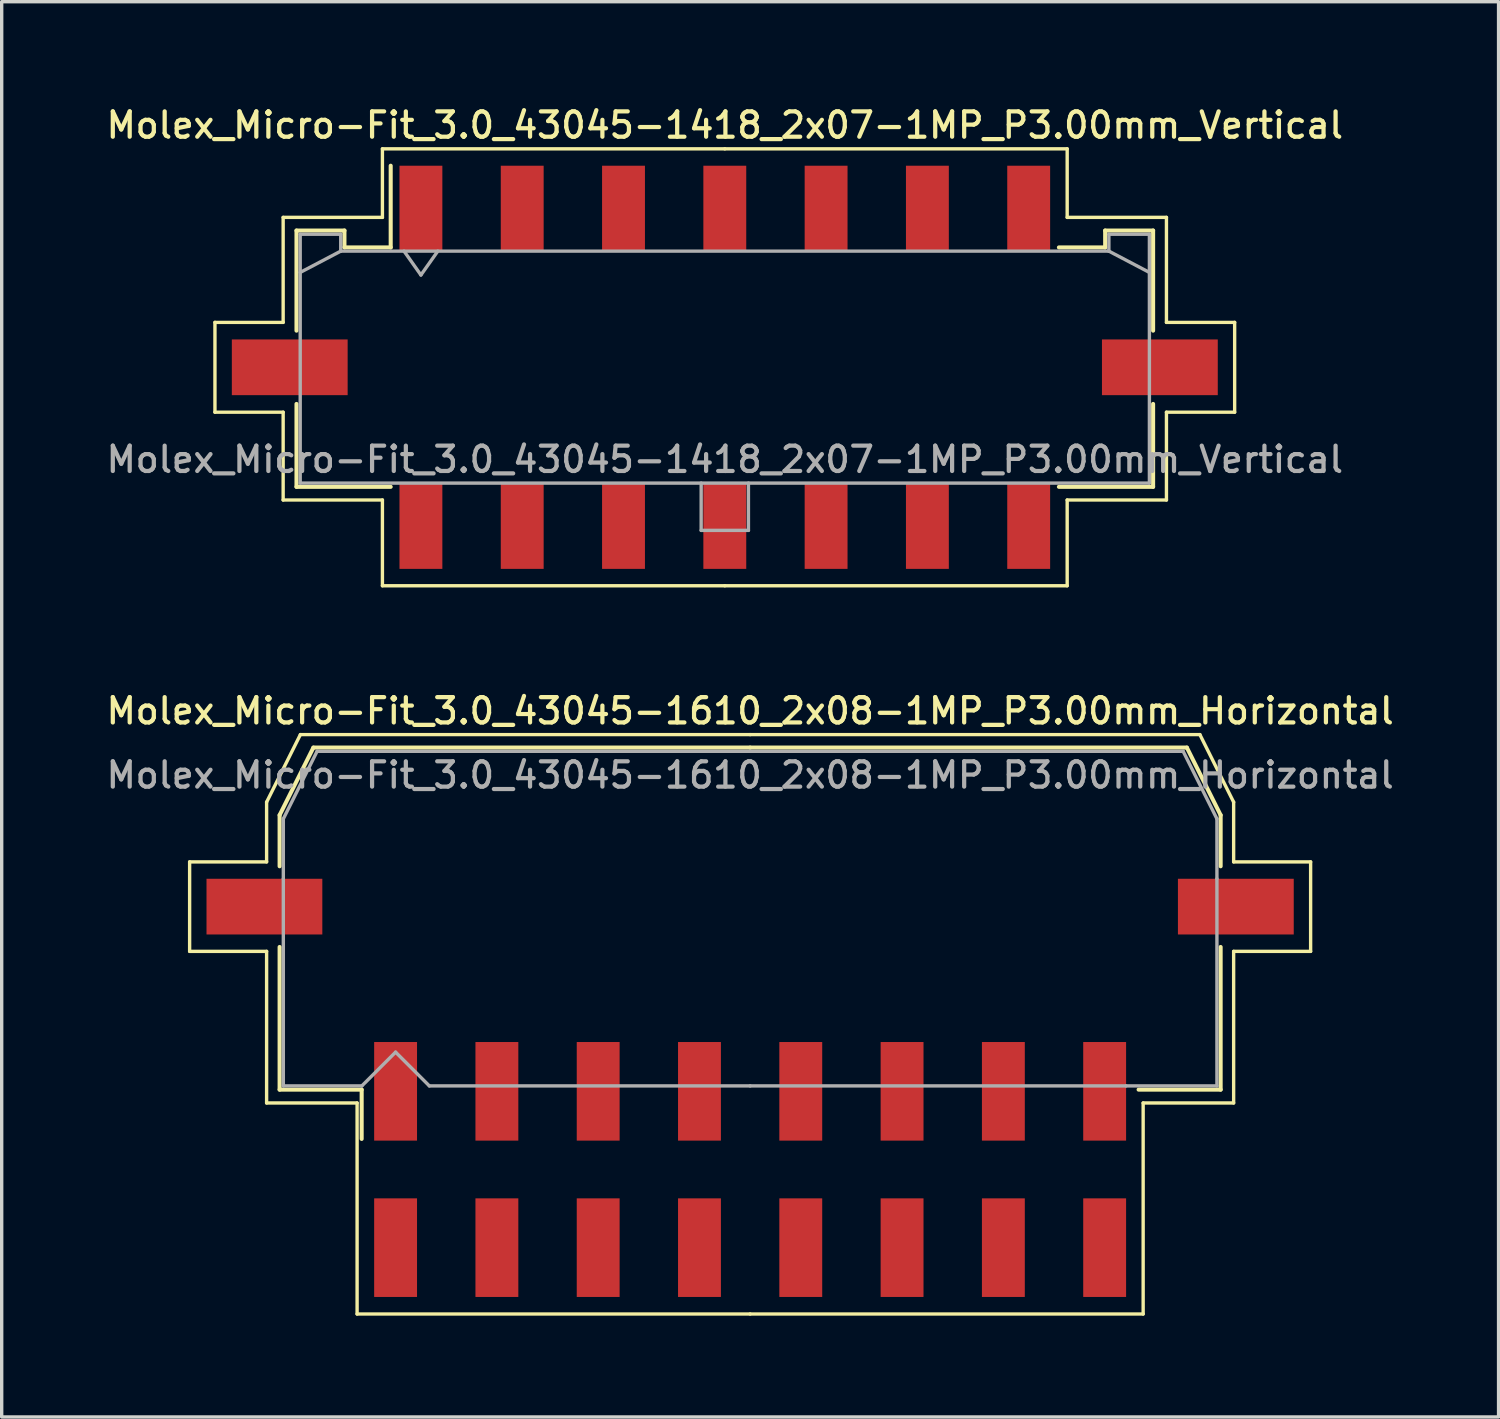
<source format=kicad_pcb>
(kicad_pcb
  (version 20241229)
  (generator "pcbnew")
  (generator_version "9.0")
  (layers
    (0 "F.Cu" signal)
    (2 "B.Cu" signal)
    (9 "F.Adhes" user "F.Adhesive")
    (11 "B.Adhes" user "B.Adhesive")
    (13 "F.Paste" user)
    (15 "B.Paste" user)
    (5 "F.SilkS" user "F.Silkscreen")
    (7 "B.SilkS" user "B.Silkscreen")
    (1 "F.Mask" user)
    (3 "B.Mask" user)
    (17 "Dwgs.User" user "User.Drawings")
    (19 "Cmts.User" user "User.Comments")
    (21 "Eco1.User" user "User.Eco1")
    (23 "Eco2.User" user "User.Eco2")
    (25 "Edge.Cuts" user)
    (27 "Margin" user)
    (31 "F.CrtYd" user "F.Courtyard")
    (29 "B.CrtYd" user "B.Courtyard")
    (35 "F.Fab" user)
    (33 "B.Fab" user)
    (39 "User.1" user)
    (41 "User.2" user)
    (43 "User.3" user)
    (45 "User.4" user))
  (footprint "Molex_Micro-Fit_3.0_43045-1418_2x07-1MP_P3.00mm_Vertical"
    (layer "F.Cu")
    (at 18.416 7.828)
    (property "Reference" "Molex_Micro-Fit_3.0_43045-1418_2x07-1MP_P3.00mm_Vertical" (at 0 -7.17 0) (layer "F.SilkS") (effects (font (size 0.75 0.75) (thickness 0.125))))
    (attr smd)
    (fp_line (start -15.1 -1.33) (end -15.1 1.33) (stroke (width 0.1) (type solid)) (layer "F.SilkS"))
    (fp_line (start -15.1 1.33) (end -13.08 1.33) (stroke (width 0.1) (type solid)) (layer "F.SilkS"))
    (fp_line (start -13.08 -4.44) (end -13.08 -1.33) (stroke (width 0.1) (type solid)) (layer "F.SilkS"))
    (fp_line (start -13.08 -1.33) (end -15.1 -1.33) (stroke (width 0.1) (type solid)) (layer "F.SilkS"))
    (fp_line (start -13.08 1.33) (end -13.08 3.93) (stroke (width 0.1) (type solid)) (layer "F.SilkS"))
    (fp_line (start -13.08 3.93) (end -10.14 3.93) (stroke (width 0.1) (type solid)) (layer "F.SilkS"))
    (fp_line (start -12.685 -4.05) (end -11.265 -4.05) (stroke (width 0.12) (type solid)) (layer "F.SilkS"))
    (fp_line (start -12.685 -1.085) (end -12.685 -4.05) (stroke (width 0.12) (type solid)) (layer "F.SilkS"))
    (fp_line (start -12.685 1.085) (end -12.685 3.54) (stroke (width 0.12) (type solid)) (layer "F.SilkS"))
    (fp_line (start -12.685 3.54) (end -9.895 3.54) (stroke (width 0.12) (type solid)) (layer "F.SilkS"))
    (fp_line (start -11.265 -4.05) (end -11.265 -3.55) (stroke (width 0.12) (type solid)) (layer "F.SilkS"))
    (fp_line (start -11.265 -3.55) (end -9.895 -3.55) (stroke (width 0.12) (type solid)) (layer "F.SilkS"))
    (fp_line (start -10.14 -6.47) (end -10.14 -4.44) (stroke (width 0.1) (type solid)) (layer "F.SilkS"))
    (fp_line (start -10.14 -4.44) (end -13.08 -4.44) (stroke (width 0.1) (type solid)) (layer "F.SilkS"))
    (fp_line (start -10.14 3.93) (end -10.14 6.47) (stroke (width 0.1) (type solid)) (layer "F.SilkS"))
    (fp_line (start -10.14 6.47) (end 0 6.47) (stroke (width 0.1) (type solid)) (layer "F.SilkS"))
    (fp_line (start -9.895 -3.55) (end -9.895 -5.97) (stroke (width 0.12) (type solid)) (layer "F.SilkS"))
    (fp_line (start 0 -6.47) (end -10.14 -6.47) (stroke (width 0.1) (type solid)) (layer "F.SilkS"))
    (fp_line (start 0 -6.47) (end 10.14 -6.47) (stroke (width 0.1) (type solid)) (layer "F.SilkS"))
    (fp_line (start 10.14 -6.47) (end 10.14 -4.44) (stroke (width 0.1) (type solid)) (layer "F.SilkS"))
    (fp_line (start 10.14 -4.44) (end 13.08 -4.44) (stroke (width 0.1) (type solid)) (layer "F.SilkS"))
    (fp_line (start 10.14 3.93) (end 10.14 6.47) (stroke (width 0.1) (type solid)) (layer "F.SilkS"))
    (fp_line (start 10.14 6.47) (end 0 6.47) (stroke (width 0.1) (type solid)) (layer "F.SilkS"))
    (fp_line (start 11.265 -4.05) (end 11.265 -3.55) (stroke (width 0.12) (type solid)) (layer "F.SilkS"))
    (fp_line (start 11.265 -3.55) (end 9.895 -3.55) (stroke (width 0.12) (type solid)) (layer "F.SilkS"))
    (fp_line (start 12.685 -4.05) (end 11.265 -4.05) (stroke (width 0.12) (type solid)) (layer "F.SilkS"))
    (fp_line (start 12.685 -1.085) (end 12.685 -4.05) (stroke (width 0.12) (type solid)) (layer "F.SilkS"))
    (fp_line (start 12.685 1.085) (end 12.685 3.54) (stroke (width 0.12) (type solid)) (layer "F.SilkS"))
    (fp_line (start 12.685 3.54) (end 9.895 3.54) (stroke (width 0.12) (type solid)) (layer "F.SilkS"))
    (fp_line (start 13.08 -4.44) (end 13.08 -1.33) (stroke (width 0.1) (type solid)) (layer "F.SilkS"))
    (fp_line (start 13.08 -1.33) (end 15.1 -1.33) (stroke (width 0.1) (type solid)) (layer "F.SilkS"))
    (fp_line (start 13.08 1.33) (end 13.08 3.93) (stroke (width 0.1) (type solid)) (layer "F.SilkS"))
    (fp_line (start 13.08 3.93) (end 10.14 3.93) (stroke (width 0.1) (type solid)) (layer "F.SilkS"))
    (fp_line (start 15.1 -1.33) (end 15.1 1.33) (stroke (width 0.1) (type solid)) (layer "F.SilkS"))
    (fp_line (start 15.1 1.33) (end 13.08 1.33) (stroke (width 0.1) (type solid)) (layer "F.SilkS"))
    (fp_line (start -12.575 -3.94) (end -12.575 3.43) (stroke (width 0.1) (type solid)) (layer "F.Fab"))
    (fp_line (start -12.575 -2.81) (end -11.375 -3.44) (stroke (width 0.1) (type solid)) (layer "F.Fab"))
    (fp_line (start -12.575 3.43) (end 12.575 3.43) (stroke (width 0.1) (type solid)) (layer "F.Fab"))
    (fp_line (start -11.375 -3.94) (end -12.575 -3.94) (stroke (width 0.1) (type solid)) (layer "F.Fab"))
    (fp_line (start -11.375 -3.44) (end -11.375 -3.94) (stroke (width 0.1) (type solid)) (layer "F.Fab"))
    (fp_line (start -9.5 -3.44) (end -9 -2.733) (stroke (width 0.1) (type solid)) (layer "F.Fab"))
    (fp_line (start -9 -2.733) (end -8.5 -3.44) (stroke (width 0.1) (type solid)) (layer "F.Fab"))
    (fp_line (start -0.7 3.43) (end -0.7 4.83) (stroke (width 0.1) (type solid)) (layer "F.Fab"))
    (fp_line (start -0.7 4.83) (end 0.7 4.83) (stroke (width 0.1) (type solid)) (layer "F.Fab"))
    (fp_line (start 0.7 4.83) (end 0.7 3.43) (stroke (width 0.1) (type solid)) (layer "F.Fab"))
    (fp_line (start 11.375 -3.94) (end 11.375 -3.44) (stroke (width 0.1) (type solid)) (layer "F.Fab"))
    (fp_line (start 11.375 -3.44) (end -11.375 -3.44) (stroke (width 0.1) (type solid)) (layer "F.Fab"))
    (fp_line (start 12.575 -3.94) (end 11.375 -3.94) (stroke (width 0.1) (type solid)) (layer "F.Fab"))
    (fp_line (start 12.575 -2.81) (end 11.375 -3.44) (stroke (width 0.1) (type solid)) (layer "F.Fab"))
    (fp_line (start 12.575 3.43) (end 12.575 -3.94) (stroke (width 0.1) (type solid)) (layer "F.Fab"))
    (fp_text user "${REFERENCE}" (at 0 2.73 0) (layer "F.Fab") (effects (font (size 0.75 0.75) (thickness 0.125))))
    (pad "1" smd rect (at -9 -4.7) (size 1.27 2.54) (layers "F.Cu" "F.Mask" "F.Paste"))
    (pad "2" smd rect (at -6 -4.7) (size 1.27 2.54) (layers "F.Cu" "F.Mask" "F.Paste"))
    (pad "3" smd rect (at -3 -4.7) (size 1.27 2.54) (layers "F.Cu" "F.Mask" "F.Paste"))
    (pad "4" smd rect (at 0 -4.7) (size 1.27 2.54) (layers "F.Cu" "F.Mask" "F.Paste"))
    (pad "5" smd rect (at 3 -4.7) (size 1.27 2.54) (layers "F.Cu" "F.Mask" "F.Paste"))
    (pad "6" smd rect (at 6 -4.7) (size 1.27 2.54) (layers "F.Cu" "F.Mask" "F.Paste"))
    (pad "7" smd rect (at 9 -4.7) (size 1.27 2.54) (layers "F.Cu" "F.Mask" "F.Paste"))
    (pad "8" smd rect (at -9 4.7) (size 1.27 2.54) (layers "F.Cu" "F.Mask" "F.Paste"))
    (pad "9" smd rect (at -6 4.7) (size 1.27 2.54) (layers "F.Cu" "F.Mask" "F.Paste"))
    (pad "10" smd rect (at -3 4.7) (size 1.27 2.54) (layers "F.Cu" "F.Mask" "F.Paste"))
    (pad "11" smd rect (at 0 4.7) (size 1.27 2.54) (layers "F.Cu" "F.Mask" "F.Paste"))
    (pad "12" smd rect (at 3 4.7) (size 1.27 2.54) (layers "F.Cu" "F.Mask" "F.Paste"))
    (pad "13" smd rect (at 6 4.7) (size 1.27 2.54) (layers "F.Cu" "F.Mask" "F.Paste"))
    (pad "14" smd rect (at 9 4.7) (size 1.27 2.54) (layers "F.Cu" "F.Mask" "F.Paste"))
    (pad "MP" smd rect (at -12.885 0) (size 3.43 1.65) (layers "F.Cu" "F.Mask" "F.Paste"))
    (pad "MP" smd rect (at 12.885 0) (size 3.43 1.65) (layers "F.Cu" "F.Mask" "F.Paste")))
  (footprint "Molex_Micro-Fit_3.0_43045-1610_2x08-1MP_P3.00mm_Horizontal"
    (layer "F.Cu")
    (at 19.166 31.586)
    (property "Reference" "Molex_Micro-Fit_3.0_43045-1610_2x08-1MP_P3.00mm_Horizontal" (at 0 -13.58 0) (layer "F.SilkS") (effects (font (size 0.75 0.75) (thickness 0.125))))
    (attr smd)
    (fp_line (start -16.6 -9.11) (end -16.6 -6.46) (stroke (width 0.1) (type solid)) (layer "F.SilkS"))
    (fp_line (start -16.6 -6.46) (end -14.32 -6.46) (stroke (width 0.1) (type solid)) (layer "F.SilkS"))
    (fp_line (start -14.32 -10.88) (end -14.32 -9.11) (stroke (width 0.1) (type solid)) (layer "F.SilkS"))
    (fp_line (start -14.32 -9.11) (end -16.6 -9.11) (stroke (width 0.1) (type solid)) (layer "F.SilkS"))
    (fp_line (start -14.32 -6.46) (end -14.32 -1.97) (stroke (width 0.1) (type solid)) (layer "F.SilkS"))
    (fp_line (start -14.32 -1.97) (end -11.64 -1.97) (stroke (width 0.1) (type solid)) (layer "F.SilkS"))
    (fp_line (start -13.935 -10.495) (end -13.935 -8.98) (stroke (width 0.12) (type solid)) (layer "F.SilkS"))
    (fp_line (start -13.935 -6.59) (end -13.935 -2.365) (stroke (width 0.12) (type solid)) (layer "F.SilkS"))
    (fp_line (start -13.935 -2.365) (end -11.505 -2.365) (stroke (width 0.12) (type solid)) (layer "F.SilkS"))
    (fp_line (start -13.32 -12.88) (end -14.32 -10.88) (stroke (width 0.1) (type solid)) (layer "F.SilkS"))
    (fp_line (start -12.935 -12.495) (end -13.935 -10.495) (stroke (width 0.12) (type solid)) (layer "F.SilkS"))
    (fp_line (start -11.64 -1.97) (end -11.64 4.28) (stroke (width 0.1) (type solid)) (layer "F.SilkS"))
    (fp_line (start -11.64 4.28) (end 0 4.28) (stroke (width 0.1) (type solid)) (layer "F.SilkS"))
    (fp_line (start -11.505 -2.365) (end -11.505 -0.905) (stroke (width 0.12) (type solid)) (layer "F.SilkS"))
    (fp_line (start 0 -12.88) (end -13.32 -12.88) (stroke (width 0.1) (type solid)) (layer "F.SilkS"))
    (fp_line (start 0 -12.88) (end 13.32 -12.88) (stroke (width 0.1) (type solid)) (layer "F.SilkS"))
    (fp_line (start 0 -12.495) (end -12.935 -12.495) (stroke (width 0.12) (type solid)) (layer "F.SilkS"))
    (fp_line (start 0 -12.495) (end 12.935 -12.495) (stroke (width 0.12) (type solid)) (layer "F.SilkS"))
    (fp_line (start 11.64 -1.97) (end 11.64 4.28) (stroke (width 0.1) (type solid)) (layer "F.SilkS"))
    (fp_line (start 11.64 4.28) (end 0 4.28) (stroke (width 0.1) (type solid)) (layer "F.SilkS"))
    (fp_line (start 12.935 -12.495) (end 13.935 -10.495) (stroke (width 0.12) (type solid)) (layer "F.SilkS"))
    (fp_line (start 13.32 -12.88) (end 14.32 -10.88) (stroke (width 0.1) (type solid)) (layer "F.SilkS"))
    (fp_line (start 13.935 -10.495) (end 13.935 -8.98) (stroke (width 0.12) (type solid)) (layer "F.SilkS"))
    (fp_line (start 13.935 -6.59) (end 13.935 -2.365) (stroke (width 0.12) (type solid)) (layer "F.SilkS"))
    (fp_line (start 13.935 -2.365) (end 11.505 -2.365) (stroke (width 0.12) (type solid)) (layer "F.SilkS"))
    (fp_line (start 14.32 -10.88) (end 14.32 -9.11) (stroke (width 0.1) (type solid)) (layer "F.SilkS"))
    (fp_line (start 14.32 -9.11) (end 16.6 -9.11) (stroke (width 0.1) (type solid)) (layer "F.SilkS"))
    (fp_line (start 14.32 -6.46) (end 14.32 -1.97) (stroke (width 0.1) (type solid)) (layer "F.SilkS"))
    (fp_line (start 14.32 -1.97) (end 11.64 -1.97) (stroke (width 0.1) (type solid)) (layer "F.SilkS"))
    (fp_line (start 16.6 -9.11) (end 16.6 -6.46) (stroke (width 0.1) (type solid)) (layer "F.SilkS"))
    (fp_line (start 16.6 -6.46) (end 14.32 -6.46) (stroke (width 0.1) (type solid)) (layer "F.SilkS"))
    (fp_line (start -13.825 -10.385) (end -13.825 -8.61) (stroke (width 0.1) (type solid)) (layer "F.Fab"))
    (fp_line (start -13.825 -8.61) (end -13.825 -2.475) (stroke (width 0.1) (type solid)) (layer "F.Fab"))
    (fp_line (start -13.825 -2.475) (end -11.5 -2.475) (stroke (width 0.1) (type solid)) (layer "F.Fab"))
    (fp_line (start -12.825 -12.385) (end -13.825 -10.385) (stroke (width 0.1) (type solid)) (layer "F.Fab"))
    (fp_line (start -11.5 -2.475) (end -10.5 -3.475) (stroke (width 0.1) (type solid)) (layer "F.Fab"))
    (fp_line (start -10.5 -3.475) (end -9.5 -2.475) (stroke (width 0.1) (type solid)) (layer "F.Fab"))
    (fp_line (start -9.5 -2.475) (end 0 -2.475) (stroke (width 0.1) (type solid)) (layer "F.Fab"))
    (fp_line (start 0 -12.385) (end -12.825 -12.385) (stroke (width 0.1) (type solid)) (layer "F.Fab"))
    (fp_line (start 0 -12.385) (end 12.825 -12.385) (stroke (width 0.1) (type solid)) (layer "F.Fab"))
    (fp_line (start 11.135 -2.475) (end 0 -2.475) (stroke (width 0.1) (type solid)) (layer "F.Fab"))
    (fp_line (start 12.825 -12.385) (end 13.825 -10.385) (stroke (width 0.1) (type solid)) (layer "F.Fab"))
    (fp_line (start 13.825 -10.385) (end 13.825 -8.61) (stroke (width 0.1) (type solid)) (layer "F.Fab"))
    (fp_line (start 13.825 -8.61) (end 13.825 -2.475) (stroke (width 0.1) (type solid)) (layer "F.Fab"))
    (fp_line (start 13.825 -2.475) (end 11.135 -2.475) (stroke (width 0.1) (type solid)) (layer "F.Fab"))
    (fp_text user "${REFERENCE}" (at 0 -11.68 0) (layer "F.Fab") (effects (font (size 0.75 0.75) (thickness 0.125))))
    (pad "1" smd rect (at -10.5 -2.315) (size 1.27 2.92) (layers "F.Cu" "F.Mask" "F.Paste"))
    (pad "2" smd rect (at -7.5 -2.315) (size 1.27 2.92) (layers "F.Cu" "F.Mask" "F.Paste"))
    (pad "3" smd rect (at -4.5 -2.315) (size 1.27 2.92) (layers "F.Cu" "F.Mask" "F.Paste"))
    (pad "4" smd rect (at -1.5 -2.315) (size 1.27 2.92) (layers "F.Cu" "F.Mask" "F.Paste"))
    (pad "5" smd rect (at 1.5 -2.315) (size 1.27 2.92) (layers "F.Cu" "F.Mask" "F.Paste"))
    (pad "6" smd rect (at 4.5 -2.315) (size 1.27 2.92) (layers "F.Cu" "F.Mask" "F.Paste"))
    (pad "7" smd rect (at 7.5 -2.315) (size 1.27 2.92) (layers "F.Cu" "F.Mask" "F.Paste"))
    (pad "8" smd rect (at 10.5 -2.315) (size 1.27 2.92) (layers "F.Cu" "F.Mask" "F.Paste"))
    (pad "9" smd rect (at -10.5 2.315) (size 1.27 2.92) (layers "F.Cu" "F.Mask" "F.Paste"))
    (pad "10" smd rect (at -7.5 2.315) (size 1.27 2.92) (layers "F.Cu" "F.Mask" "F.Paste"))
    (pad "11" smd rect (at -4.5 2.315) (size 1.27 2.92) (layers "F.Cu" "F.Mask" "F.Paste"))
    (pad "12" smd rect (at -1.5 2.315) (size 1.27 2.92) (layers "F.Cu" "F.Mask" "F.Paste"))
    (pad "13" smd rect (at 1.5 2.315) (size 1.27 2.92) (layers "F.Cu" "F.Mask" "F.Paste"))
    (pad "14" smd rect (at 4.5 2.315) (size 1.27 2.92) (layers "F.Cu" "F.Mask" "F.Paste"))
    (pad "15" smd rect (at 7.5 2.315) (size 1.27 2.92) (layers "F.Cu" "F.Mask" "F.Paste"))
    (pad "16" smd rect (at 10.5 2.315) (size 1.27 2.92) (layers "F.Cu" "F.Mask" "F.Paste"))
    (pad "MP" smd rect (at -14.385 -7.785) (size 3.43 1.65) (layers "F.Cu" "F.Mask" "F.Paste"))
    (pad "MP" smd rect (at 14.385 -7.785) (size 3.43 1.65) (layers "F.Cu" "F.Mask" "F.Paste")))
  (gr_rect
    (start -3 -3)
    (end 41.332 38.916)
    (stroke (width 0.1) (type default))
    (fill no)
    (layer "Edge.Cuts")))
</source>
